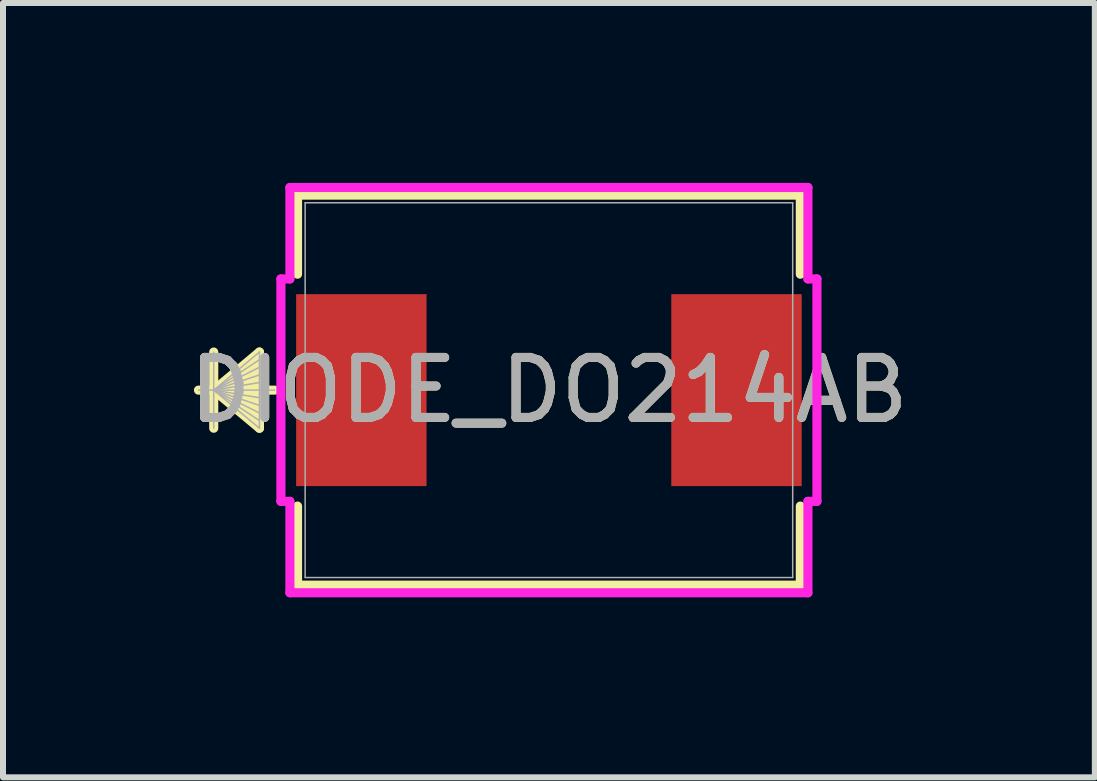
<source format=kicad_pcb>
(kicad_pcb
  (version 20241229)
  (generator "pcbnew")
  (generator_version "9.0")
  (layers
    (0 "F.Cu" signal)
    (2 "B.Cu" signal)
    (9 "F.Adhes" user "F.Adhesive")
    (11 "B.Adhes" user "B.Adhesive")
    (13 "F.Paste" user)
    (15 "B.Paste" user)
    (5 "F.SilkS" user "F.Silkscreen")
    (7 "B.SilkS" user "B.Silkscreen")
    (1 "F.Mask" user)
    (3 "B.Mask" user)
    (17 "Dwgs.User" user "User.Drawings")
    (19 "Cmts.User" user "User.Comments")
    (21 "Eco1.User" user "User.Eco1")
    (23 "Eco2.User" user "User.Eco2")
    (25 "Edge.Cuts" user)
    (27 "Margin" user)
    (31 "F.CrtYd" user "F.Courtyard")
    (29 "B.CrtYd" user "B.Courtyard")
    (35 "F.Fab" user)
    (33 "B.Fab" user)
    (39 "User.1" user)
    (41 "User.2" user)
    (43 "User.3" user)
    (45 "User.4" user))
  (footprint "DIODE_DO214AB"
    (layer "F.Cu")
    (at 6.101 3.454)
    (property "Reference" "DIODE_DO214AB" (at 0 0 0) (unlocked yes) (layer "F.SilkS") (effects (font (size 1 1) (thickness 0.15))))
    (attr smd)
    (fp_line (start -5.588 -0.635) (end -5.588 0.635) (stroke (width 0.152) (type solid)) (layer "F.SilkS"))
    (fp_line (start -5.588 0) (end -4.826 -0.635) (stroke (width 0.152) (type solid)) (layer "F.SilkS"))
    (fp_line (start -5.588 0) (end -4.826 -0.508) (stroke (width 0.152) (type solid)) (layer "F.SilkS"))
    (fp_line (start -5.588 0) (end -4.826 -0.381) (stroke (width 0.152) (type solid)) (layer "F.SilkS"))
    (fp_line (start -5.588 0) (end -4.826 -0.254) (stroke (width 0.152) (type solid)) (layer "F.SilkS"))
    (fp_line (start -5.588 0) (end -4.826 -0.127) (stroke (width 0.152) (type solid)) (layer "F.SilkS"))
    (fp_line (start -5.588 0) (end -4.826 0.127) (stroke (width 0.152) (type solid)) (layer "F.SilkS"))
    (fp_line (start -5.588 0) (end -4.826 0.254) (stroke (width 0.152) (type solid)) (layer "F.SilkS"))
    (fp_line (start -5.588 0) (end -4.826 0.381) (stroke (width 0.152) (type solid)) (layer "F.SilkS"))
    (fp_line (start -5.588 0) (end -4.826 0.508) (stroke (width 0.152) (type solid)) (layer "F.SilkS"))
    (fp_line (start -5.588 0) (end -4.826 0.635) (stroke (width 0.152) (type solid)) (layer "F.SilkS"))
    (fp_line (start -4.826 -0.635) (end -4.826 0.635) (stroke (width 0.152) (type solid)) (layer "F.SilkS"))
    (fp_line (start -4.572 0) (end -5.842 0) (stroke (width 0.152) (type solid)) (layer "F.SilkS"))
    (fp_line (start -4.191 -3.251) (end -4.191 -1.933) (stroke (width 0.152) (type solid)) (layer "F.SilkS"))
    (fp_line (start -4.191 1.933) (end -4.191 3.251) (stroke (width 0.152) (type solid)) (layer "F.SilkS"))
    (fp_line (start -4.191 3.251) (end 4.191 3.251) (stroke (width 0.152) (type solid)) (layer "F.SilkS"))
    (fp_line (start 4.191 -3.251) (end -4.191 -3.251) (stroke (width 0.152) (type solid)) (layer "F.SilkS"))
    (fp_line (start 4.191 -1.933) (end 4.191 -3.251) (stroke (width 0.152) (type solid)) (layer "F.SilkS"))
    (fp_line (start 4.191 3.251) (end 4.191 1.933) (stroke (width 0.152) (type solid)) (layer "F.SilkS"))
    (fp_line (start -4.468 -1.854) (end -4.318 -1.854) (stroke (width 0.152) (type solid)) (layer "F.CrtYd"))
    (fp_line (start -4.468 1.854) (end -4.468 -1.854) (stroke (width 0.152) (type solid)) (layer "F.CrtYd"))
    (fp_line (start -4.318 -3.378) (end 4.318 -3.378) (stroke (width 0.152) (type solid)) (layer "F.CrtYd"))
    (fp_line (start -4.318 -1.854) (end -4.318 -3.378) (stroke (width 0.152) (type solid)) (layer "F.CrtYd"))
    (fp_line (start -4.318 1.854) (end -4.468 1.854) (stroke (width 0.152) (type solid)) (layer "F.CrtYd"))
    (fp_line (start -4.318 3.378) (end -4.318 1.854) (stroke (width 0.152) (type solid)) (layer "F.CrtYd"))
    (fp_line (start 4.318 -3.378) (end 4.318 -1.854) (stroke (width 0.152) (type solid)) (layer "F.CrtYd"))
    (fp_line (start 4.318 -1.854) (end 4.468 -1.854) (stroke (width 0.152) (type solid)) (layer "F.CrtYd"))
    (fp_line (start 4.318 1.854) (end 4.318 3.378) (stroke (width 0.152) (type solid)) (layer "F.CrtYd"))
    (fp_line (start 4.318 3.378) (end -4.318 3.378) (stroke (width 0.152) (type solid)) (layer "F.CrtYd"))
    (fp_line (start 4.468 -1.854) (end 4.468 1.854) (stroke (width 0.152) (type solid)) (layer "F.CrtYd"))
    (fp_line (start 4.468 1.854) (end 4.318 1.854) (stroke (width 0.152) (type solid)) (layer "F.CrtYd"))
    (fp_line (start -5.588 -0.635) (end -5.588 0.635) (stroke (width 0.025) (type solid)) (layer "F.Fab"))
    (fp_line (start -5.588 0) (end -4.826 -0.635) (stroke (width 0.025) (type solid)) (layer "F.Fab"))
    (fp_line (start -5.588 0) (end -4.826 -0.508) (stroke (width 0.025) (type solid)) (layer "F.Fab"))
    (fp_line (start -5.588 0) (end -4.826 -0.381) (stroke (width 0.025) (type solid)) (layer "F.Fab"))
    (fp_line (start -5.588 0) (end -4.826 -0.254) (stroke (width 0.025) (type solid)) (layer "F.Fab"))
    (fp_line (start -5.588 0) (end -4.826 -0.127) (stroke (width 0.025) (type solid)) (layer "F.Fab"))
    (fp_line (start -5.588 0) (end -4.826 0.127) (stroke (width 0.025) (type solid)) (layer "F.Fab"))
    (fp_line (start -5.588 0) (end -4.826 0.254) (stroke (width 0.025) (type solid)) (layer "F.Fab"))
    (fp_line (start -5.588 0) (end -4.826 0.381) (stroke (width 0.025) (type solid)) (layer "F.Fab"))
    (fp_line (start -5.588 0) (end -4.826 0.508) (stroke (width 0.025) (type solid)) (layer "F.Fab"))
    (fp_line (start -5.588 0) (end -4.826 0.635) (stroke (width 0.025) (type solid)) (layer "F.Fab"))
    (fp_line (start -4.826 -0.635) (end -4.826 0.635) (stroke (width 0.025) (type solid)) (layer "F.Fab"))
    (fp_line (start -4.572 0) (end -5.842 0) (stroke (width 0.025) (type solid)) (layer "F.Fab"))
    (fp_line (start -4.064 -3.124) (end -4.064 3.124) (stroke (width 0.025) (type solid)) (layer "F.Fab"))
    (fp_line (start -4.064 3.124) (end 4.064 3.124) (stroke (width 0.025) (type solid)) (layer "F.Fab"))
    (fp_line (start 4.064 -3.124) (end -4.064 -3.124) (stroke (width 0.025) (type solid)) (layer "F.Fab"))
    (fp_line (start 4.064 3.124) (end 4.064 -3.124) (stroke (width 0.025) (type solid)) (layer "F.Fab"))
    (fp_text user "${REFERENCE}" (at 0 0 0) (unlocked yes) (layer "F.Fab") (effects (font (size 1 1) (thickness 0.15))))
    (pad "1" smd rect (at -3.127 0 90) (size 3.2 2.174) (layers "F.Cu" "F.Mask" "F.Paste"))
    (pad "2" smd rect (at 3.127 0 90) (size 3.2 2.174) (layers "F.Cu" "F.Mask" "F.Paste"))
    (zone (net_name "") (layer "F.Cu") (hatch full 0.508) (connect_pads) (min_thickness 0.254) (filled_areas_thickness no) (keepout (tracks not_allowed) (vias not_allowed) (pads allowed) (copperpour not_allowed) (footprints allowed)) (placement (enabled no)) (fill) (polygon (pts (xy 2.088 0.381) (xy 10.114 0.381) (xy 10.114 1.803) (xy 2.088 1.803))))
    (zone (net_name "") (layer "F.Cu") (hatch full 0.508) (connect_pads) (min_thickness 0.254) (filled_areas_thickness no) (keepout (tracks not_allowed) (vias not_allowed) (pads allowed) (copperpour not_allowed) (footprints allowed)) (placement (enabled no)) (fill) (polygon (pts (xy 2.088 5.105) (xy 10.114 5.105) (xy 10.114 6.528) (xy 2.088 6.528))))
    (zone (net_name "") (layer "F.Cu") (hatch full 0.508) (connect_pads) (min_thickness 0.254) (filled_areas_thickness no) (keepout (tracks not_allowed) (vias not_allowed) (pads allowed) (copperpour not_allowed) (footprints allowed)) (placement (enabled no)) (fill) (polygon (pts (xy 4.112 1.803) (xy 8.09 1.803) (xy 8.09 5.105) (xy 4.112 5.105)))))
  (gr_rect
    (start -3 -3)
    (end 15.202 9.909)
    (stroke (width 0.1) (type default))
    (fill no)
    (layer "Edge.Cuts")))
</source>
